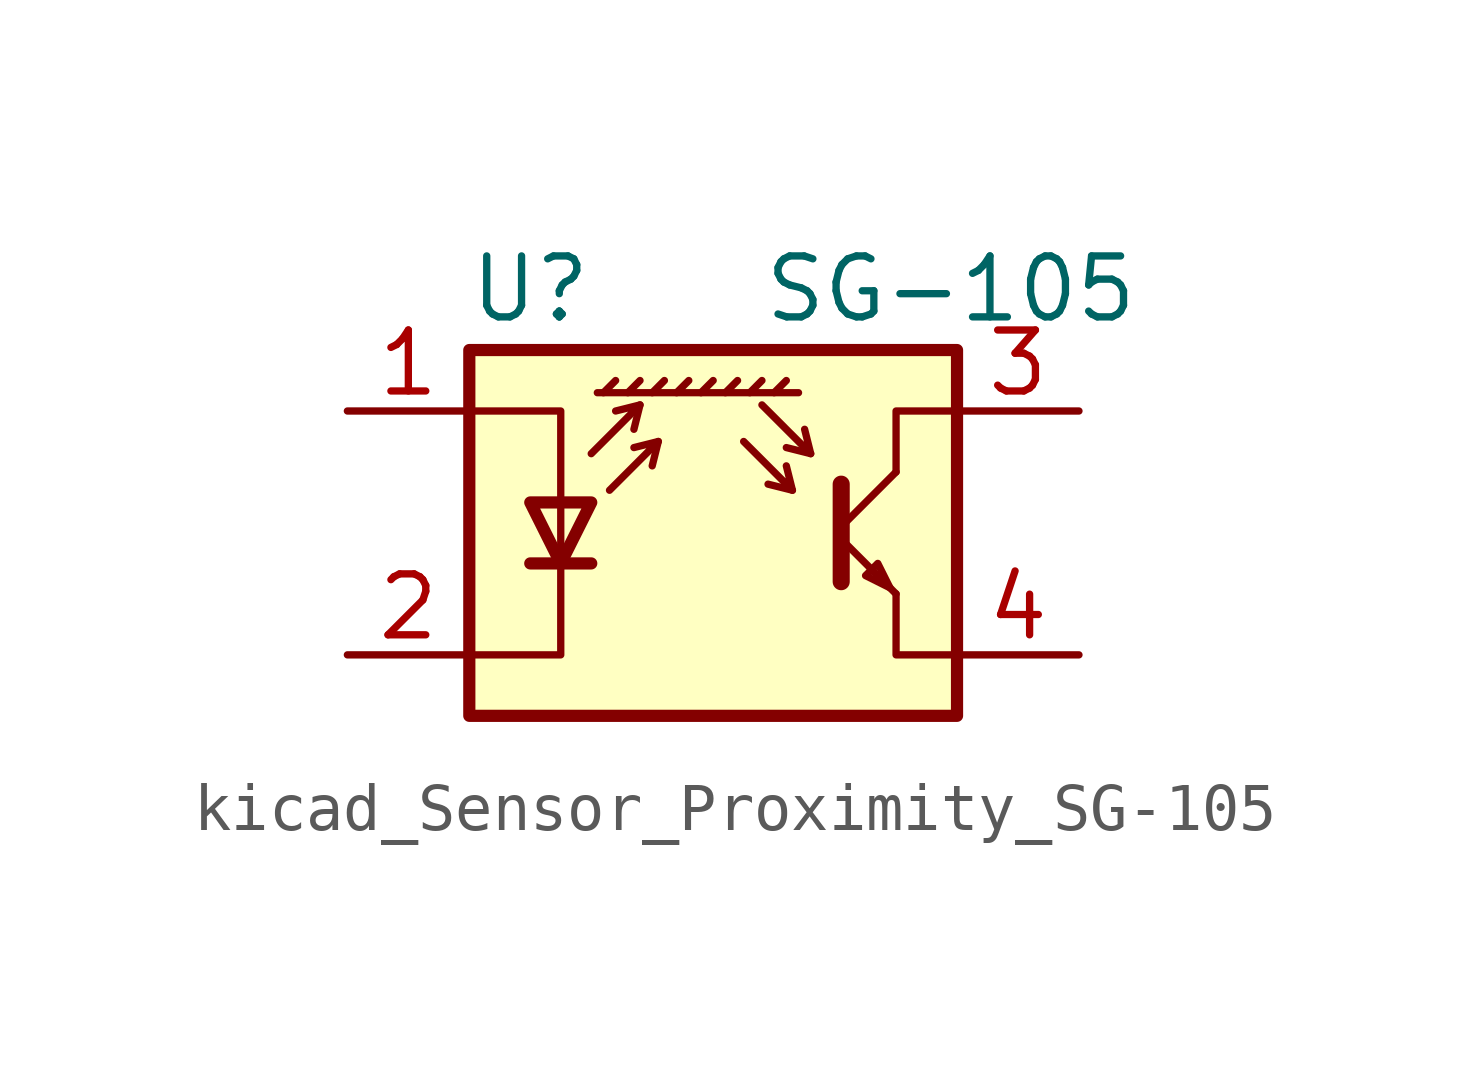
<source format=kicad_sym>
(kicad_symbol_lib
  (version 20220914)
  (generator kicad_symbol_editor)
  (symbol "kicad_Sensor_Proximity_SG-105"
    (pin_names
      (offset 1.016) hide)
    (property "Reference" "U"
      (at -3.81 5.08 0)
      (effects (font (size 1.27 1.27))))
    (property "Value" "SG-105"
      (at 8.89 5.08 0)
      (effects (font (size 1.27 1.27)) (justify right)))
    (symbol "kicad_Sensor_Proximity_SG-105_0_1"
      (polyline (pts (xy -3.81 -0.635) (xy -2.54 -0.635)) (stroke (width 0.254) (type default)) (fill (type none)))
      (polyline (pts (xy -2.286 2.921) (xy -2.032 3.175)) (stroke (width 0) (type default)) (fill (type none)))
      (polyline (pts (xy -1.778 2.921) (xy -1.524 3.175)) (stroke (width 0) (type default)) (fill (type none)))
      (polyline (pts (xy -1.524 2.667) (xy -1.651 2.159)) (stroke (width 0) (type default)) (fill (type none)))
      (polyline (pts (xy -1.27 2.921) (xy -1.016 3.175)) (stroke (width 0) (type default)) (fill (type none)))
      (polyline (pts (xy -1.143 1.905) (xy -1.27 1.397)) (stroke (width 0) (type default)) (fill (type none)))
      (polyline (pts (xy -0.762 2.921) (xy -0.508 3.175)) (stroke (width 0) (type default)) (fill (type none)))
      (polyline (pts (xy -0.254 2.921) (xy 0 3.175)) (stroke (width 0) (type default)) (fill (type none)))
      (polyline (pts (xy 0.254 2.921) (xy 0.508 3.175)) (stroke (width 0) (type default)) (fill (type none)))
      (polyline (pts (xy 0.762 2.921) (xy 1.016 3.175)) (stroke (width 0) (type default)) (fill (type none)))
      (polyline (pts (xy 1.27 2.921) (xy 1.524 3.175)) (stroke (width 0) (type default)) (fill (type none)))
      (polyline (pts (xy 1.651 0.889) (xy 1.143 1.016)) (stroke (width 0) (type default)) (fill (type none)))
      (polyline (pts (xy 1.778 2.921) (xy -2.413 2.921)) (stroke (width 0) (type default)) (fill (type none)))
      (polyline (pts (xy 2.032 1.651) (xy 1.524 1.778)) (stroke (width 0) (type default)) (fill (type none)))
      (polyline (pts (xy 2.667 -0.127) (xy 3.81 -1.27)) (stroke (width 0) (type default)) (fill (type none)))
      (polyline (pts (xy 2.667 0.127) (xy 3.81 1.27)) (stroke (width 0) (type default)) (fill (type none)))
      (polyline (pts (xy -2.54 1.651) (xy -1.524 2.667) (xy -2.032 2.54)) (stroke (width 0) (type default)) (fill (type none)))
      (polyline (pts (xy -2.159 0.889) (xy -1.143 1.905) (xy -1.651 1.778)) (stroke (width 0) (type default)) (fill (type none)))
      (polyline (pts (xy 0.635 1.905) (xy 1.651 0.889) (xy 1.524 1.397)) (stroke (width 0) (type default)) (fill (type none)))
      (polyline (pts (xy 1.016 2.667) (xy 2.032 1.651) (xy 1.905 2.159)) (stroke (width 0) (type default)) (fill (type none)))
      (polyline (pts (xy 2.667 1.016) (xy 2.667 -1.016) (xy 2.667 -1.016)) (stroke (width 0.356) (type default)) (fill (type none)))
      (polyline (pts (xy 3.81 -1.27) (xy 3.81 -2.54) (xy 5.08 -2.54)) (stroke (width 0) (type default)) (fill (type none)))
      (polyline (pts (xy 3.81 1.27) (xy 3.81 2.54) (xy 5.08 2.54)) (stroke (width 0) (type default)) (fill (type none)))
      (polyline (pts (xy -5.08 -2.54) (xy -3.175 -2.54) (xy -3.175 2.54) (xy -5.08 2.54)) (stroke (width 0) (type default)) (fill (type none)))
      (polyline (pts (xy -3.175 -0.635) (xy -3.81 0.635) (xy -2.54 0.635) (xy -3.175 -0.635)) (stroke (width 0.254) (type default)) (fill (type none)))
      (polyline (pts (xy 3.683 -1.143) (xy 3.429 -0.635) (xy 3.175 -0.889) (xy 3.683 -1.143)) (stroke (width 0) (type default)) (fill (type none)))
      (polyline (pts (xy -5.08 -3.81) (xy 5.08 -3.81) (xy 5.08 3.81) (xy -5.08 3.81) (xy -5.08 -3.81)) (stroke (width 0.254) (type default)) (fill (type background))))
    (symbol "kicad_Sensor_Proximity_SG-105_1_1"
      (pin passive line (at -7.62 2.54 0) (length 2.54) (name "A" (effects (font (size 1.27 1.27)))) (number "1" (effects (font (size 1.27 1.27)))))
      (pin passive line (at -7.62 -2.54 0) (length 2.54) (name "K" (effects (font (size 1.27 1.27)))) (number "2" (effects (font (size 1.27 1.27)))))
      (pin open_collector line (at 7.62 2.54 180) (length 2.54) (name "C" (effects (font (size 1.27 1.27)))) (number "3" (effects (font (size 1.27 1.27)))))
      (pin open_emitter line (at 7.62 -2.54 180) (length 2.54) (name "E" (effects (font (size 1.27 1.27)))) (number "4" (effects (font (size 1.27 1.27))))))))
</source>
